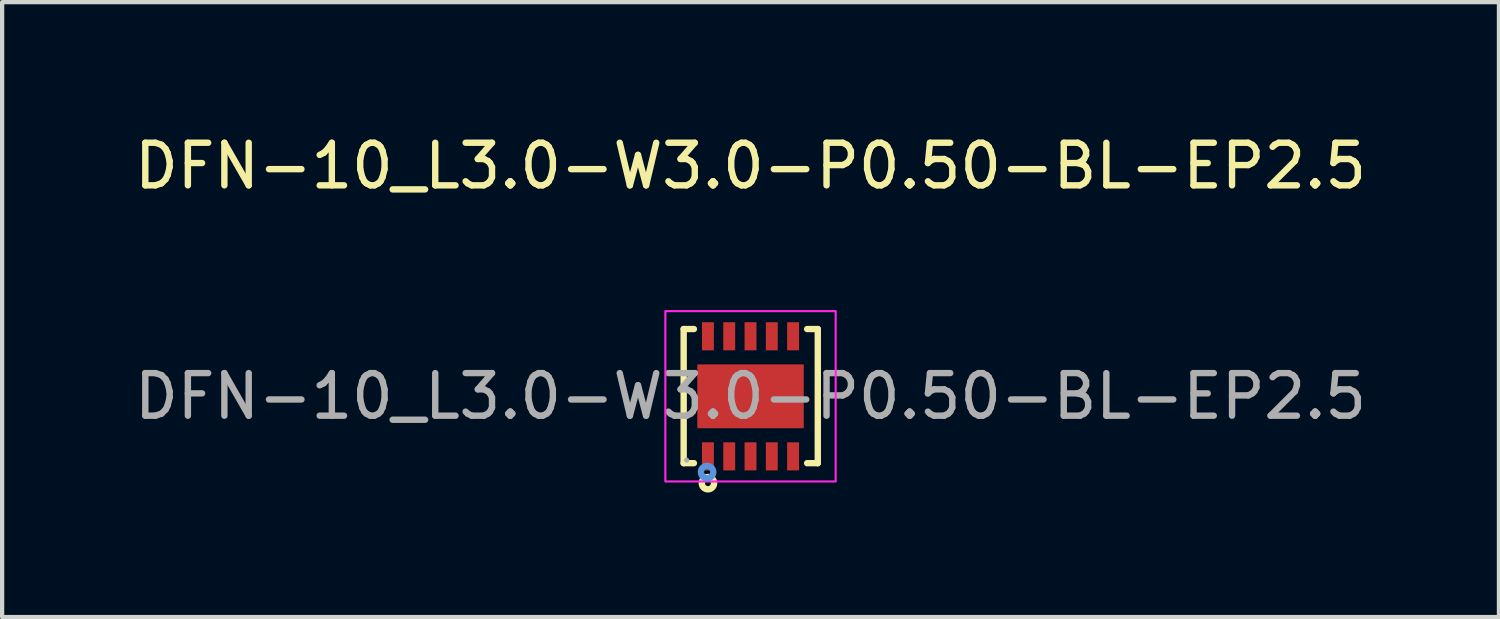
<source format=kicad_pcb>
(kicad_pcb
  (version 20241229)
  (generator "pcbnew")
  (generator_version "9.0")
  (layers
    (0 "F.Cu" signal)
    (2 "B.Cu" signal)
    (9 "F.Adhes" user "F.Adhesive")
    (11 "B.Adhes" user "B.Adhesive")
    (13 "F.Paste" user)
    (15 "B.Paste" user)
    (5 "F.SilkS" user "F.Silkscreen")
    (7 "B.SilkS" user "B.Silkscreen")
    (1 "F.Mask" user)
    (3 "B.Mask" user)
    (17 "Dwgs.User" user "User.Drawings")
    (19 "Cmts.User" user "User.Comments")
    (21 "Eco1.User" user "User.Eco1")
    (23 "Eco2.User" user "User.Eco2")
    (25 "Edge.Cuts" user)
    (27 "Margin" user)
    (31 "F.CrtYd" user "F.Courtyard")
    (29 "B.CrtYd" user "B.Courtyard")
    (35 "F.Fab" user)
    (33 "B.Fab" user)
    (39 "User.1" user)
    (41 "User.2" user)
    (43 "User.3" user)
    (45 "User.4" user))
  (footprint "DFN-10_L3.0-W3.0-P0.50-BL-EP2.5"
    (layer "F.Cu")
    (at 14.577 6.258)
    (property "Reference" "DFN-10_L3.0-W3.0-P0.50-BL-EP2.5" (at 0 -5.41 0) (layer "F.SilkS") (effects (font (size 1 1) (thickness 0.15))))
    (attr smd)
    (fp_line (start -1.57 -1.58) (end -1.33 -1.58) (stroke (width 0.15) (type solid)) (layer "F.SilkS"))
    (fp_line (start -1.57 1.57) (end -1.57 -1.58) (stroke (width 0.15) (type solid)) (layer "F.SilkS"))
    (fp_line (start -1.33 1.57) (end -1.57 1.57) (stroke (width 0.15) (type solid)) (layer "F.SilkS"))
    (fp_line (start 1.33 1.57) (end 1.58 1.57) (stroke (width 0.15) (type solid)) (layer "F.SilkS"))
    (fp_line (start 1.58 -1.58) (end 1.33 -1.58) (stroke (width 0.15) (type solid)) (layer "F.SilkS"))
    (fp_line (start 1.58 1.57) (end 1.58 -1.58) (stroke (width 0.15) (type solid)) (layer "F.SilkS"))
    (fp_circle (center -1 2.04) (end -0.93 2.04) (stroke (width 0.15) (type solid)) (fill no) (layer "F.SilkS"))
    (fp_circle (center -1.02 1.78) (end -0.95 1.78) (stroke (width 0.15) (type solid)) (fill no) (layer "Cmts.User"))
    (fp_rect (start -2 -2) (end 2 2) (stroke (width 0.05) (type default)) (fill no) (layer "F.CrtYd"))
    (fp_circle (center -1.5 1.5) (end -1.47 1.5) (stroke (width 0.06) (type solid)) (fill no) (layer "F.Fab"))
    (fp_text user "${REFERENCE}" (at 0 0 0) (layer "F.Fab") (effects (font (size 1 1) (thickness 0.15))))
    (pad "1" smd rect (at -1 1.41) (size 0.28 0.66) (layers "F.Cu" "F.Mask" "F.Paste"))
    (pad "2" smd rect (at -0.5 1.41) (size 0.28 0.66) (layers "F.Cu" "F.Mask" "F.Paste"))
    (pad "3" smd rect (at 0 1.41) (size 0.28 0.66) (layers "F.Cu" "F.Mask" "F.Paste"))
    (pad "4" smd rect (at 0.5 1.41) (size 0.28 0.66) (layers "F.Cu" "F.Mask" "F.Paste"))
    (pad "5" smd rect (at 1 1.41) (size 0.28 0.66) (layers "F.Cu" "F.Mask" "F.Paste"))
    (pad "6" smd rect (at 1 -1.41) (size 0.28 0.66) (layers "F.Cu" "F.Mask" "F.Paste"))
    (pad "7" smd rect (at 0.5 -1.41) (size 0.28 0.66) (layers "F.Cu" "F.Mask" "F.Paste"))
    (pad "8" smd rect (at 0 -1.41) (size 0.28 0.66) (layers "F.Cu" "F.Mask" "F.Paste"))
    (pad "9" smd rect (at -0.5 -1.41) (size 0.28 0.66) (layers "F.Cu" "F.Mask" "F.Paste"))
    (pad "10" smd rect (at -1 -1.41) (size 0.28 0.66) (layers "F.Cu" "F.Mask" "F.Paste"))
    (pad "11" smd rect (at 0 0) (size 2.5 1.5) (layers "F.Cu" "F.Mask" "F.Paste")))
  (gr_rect
    (start -3 -3)
    (end 32.155 11.443)
    (stroke (width 0.1) (type default))
    (fill no)
    (layer "Edge.Cuts")))
</source>
